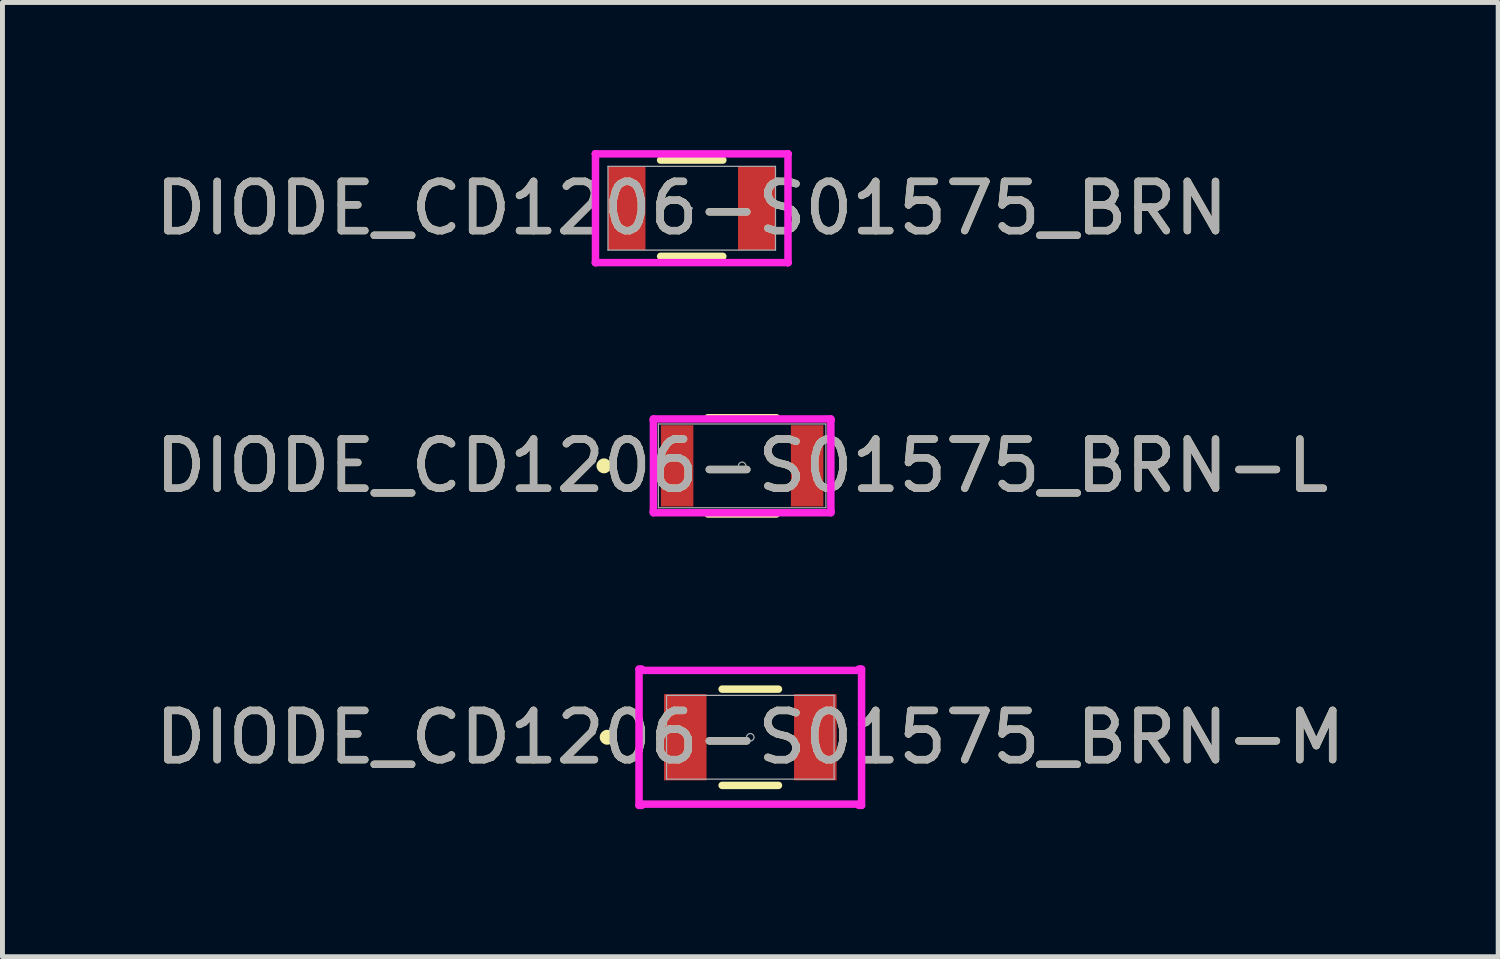
<source format=kicad_pcb>
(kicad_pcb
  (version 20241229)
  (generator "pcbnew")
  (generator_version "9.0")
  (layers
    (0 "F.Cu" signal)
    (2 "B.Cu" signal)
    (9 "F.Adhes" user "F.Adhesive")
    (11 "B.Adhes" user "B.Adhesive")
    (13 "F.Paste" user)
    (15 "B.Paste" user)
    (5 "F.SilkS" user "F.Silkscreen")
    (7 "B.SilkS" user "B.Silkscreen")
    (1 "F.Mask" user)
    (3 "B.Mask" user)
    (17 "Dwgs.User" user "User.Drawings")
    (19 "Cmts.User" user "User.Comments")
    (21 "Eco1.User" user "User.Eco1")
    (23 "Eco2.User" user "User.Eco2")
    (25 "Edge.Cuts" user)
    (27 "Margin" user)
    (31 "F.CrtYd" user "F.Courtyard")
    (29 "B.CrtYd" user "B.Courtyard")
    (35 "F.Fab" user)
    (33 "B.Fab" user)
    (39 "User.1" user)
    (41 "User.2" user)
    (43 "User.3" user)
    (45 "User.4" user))
  (footprint "DIODE_CD1206-S01575_BRN-L"
    (layer "F.Cu")
    (at 12.03 6.416)
    (property "Reference" "DIODE_CD1206-S01575_BRN-L" (at 0 0 0) (unlocked yes) (layer "F.SilkS") (effects (font (size 1 1) (thickness 0.15))))
    (attr smd)
    (fp_line (start -0.695 0.978) (end 0.695 0.978) (stroke (width 0.152) (type solid)) (layer "F.SilkS"))
    (fp_line (start 0.695 -0.978) (end -0.695 -0.978) (stroke (width 0.152) (type solid)) (layer "F.SilkS"))
    (fp_circle (center -2.807 0) (end -2.731 0) (stroke (width 0.152) (type solid)) (fill no) (layer "F.SilkS"))
    (fp_line (start -1.803 -0.953) (end 1.803 -0.953) (stroke (width 0.152) (type solid)) (layer "F.CrtYd"))
    (fp_line (start -1.803 -0.927) (end -1.803 -0.953) (stroke (width 0.152) (type solid)) (layer "F.CrtYd"))
    (fp_line (start -1.803 -0.927) (end -1.803 -0.927) (stroke (width 0.152) (type solid)) (layer "F.CrtYd"))
    (fp_line (start -1.803 0.927) (end -1.803 -0.927) (stroke (width 0.152) (type solid)) (layer "F.CrtYd"))
    (fp_line (start -1.803 0.927) (end -1.803 0.927) (stroke (width 0.152) (type solid)) (layer "F.CrtYd"))
    (fp_line (start -1.803 0.953) (end -1.803 0.927) (stroke (width 0.152) (type solid)) (layer "F.CrtYd"))
    (fp_line (start 1.803 -0.953) (end 1.803 -0.927) (stroke (width 0.152) (type solid)) (layer "F.CrtYd"))
    (fp_line (start 1.803 -0.927) (end 1.803 -0.927) (stroke (width 0.152) (type solid)) (layer "F.CrtYd"))
    (fp_line (start 1.803 -0.927) (end 1.803 0.927) (stroke (width 0.152) (type solid)) (layer "F.CrtYd"))
    (fp_line (start 1.803 0.927) (end 1.803 0.927) (stroke (width 0.152) (type solid)) (layer "F.CrtYd"))
    (fp_line (start 1.803 0.927) (end 1.803 0.953) (stroke (width 0.152) (type solid)) (layer "F.CrtYd"))
    (fp_line (start 1.803 0.953) (end -1.803 0.953) (stroke (width 0.152) (type solid)) (layer "F.CrtYd"))
    (fp_line (start -1.702 -0.851) (end -1.702 0.851) (stroke (width 0.025) (type solid)) (layer "F.Fab"))
    (fp_line (start -1.702 0.851) (end 1.702 0.851) (stroke (width 0.025) (type solid)) (layer "F.Fab"))
    (fp_line (start 1.702 -0.851) (end -1.702 -0.851) (stroke (width 0.025) (type solid)) (layer "F.Fab"))
    (fp_line (start 1.702 0.851) (end 1.702 -0.851) (stroke (width 0.025) (type solid)) (layer "F.Fab"))
    (fp_circle (center 0 0) (end 0.076 0) (stroke (width 0.025) (type solid)) (fill no) (layer "F.Fab"))
    (fp_text user "${REFERENCE}" (at 0 0 0) (unlocked yes) (layer "F.Fab") (effects (font (size 1 1) (thickness 0.15))))
    (pad "1" smd rect (at -1.321 0) (size 0.66 1.651) (layers "F.Cu" "F.Mask" "F.Paste"))
    (pad "2" smd rect (at 1.321 0) (size 0.66 1.651) (layers "F.Cu" "F.Mask" "F.Paste")))
  (footprint "DIODE_CD1206-S01575_BRN"
    (layer "F.Cu")
    (at 11.006 1.181)
    (property "Reference" "DIODE_CD1206-S01575_BRN" (at 0 0 0) (unlocked yes) (layer "F.SilkS") (effects (font (size 1 1) (thickness 0.15))))
    (attr smd)
    (fp_line (start -0.632 0.978) (end 0.632 0.978) (stroke (width 0.152) (type solid)) (layer "F.SilkS"))
    (fp_line (start 0.632 -0.978) (end -0.632 -0.978) (stroke (width 0.152) (type solid)) (layer "F.SilkS"))
    (fp_line (start -1.956 -1.105) (end -1.956 -1.105) (stroke (width 0.152) (type solid)) (layer "F.CrtYd"))
    (fp_line (start -1.956 -1.105) (end -1.956 -1.105) (stroke (width 0.152) (type solid)) (layer "F.CrtYd"))
    (fp_line (start -1.956 -1.105) (end 1.956 -1.105) (stroke (width 0.152) (type solid)) (layer "F.CrtYd"))
    (fp_line (start -1.956 1.105) (end -1.956 -1.105) (stroke (width 0.152) (type solid)) (layer "F.CrtYd"))
    (fp_line (start -1.956 1.105) (end -1.956 1.105) (stroke (width 0.152) (type solid)) (layer "F.CrtYd"))
    (fp_line (start -1.956 1.105) (end -1.956 1.105) (stroke (width 0.152) (type solid)) (layer "F.CrtYd"))
    (fp_line (start 1.956 -1.105) (end 1.956 -1.105) (stroke (width 0.152) (type solid)) (layer "F.CrtYd"))
    (fp_line (start 1.956 -1.105) (end 1.956 -1.105) (stroke (width 0.152) (type solid)) (layer "F.CrtYd"))
    (fp_line (start 1.956 -1.105) (end 1.956 1.105) (stroke (width 0.152) (type solid)) (layer "F.CrtYd"))
    (fp_line (start 1.956 1.105) (end -1.956 1.105) (stroke (width 0.152) (type solid)) (layer "F.CrtYd"))
    (fp_line (start 1.956 1.105) (end 1.956 1.105) (stroke (width 0.152) (type solid)) (layer "F.CrtYd"))
    (fp_line (start 1.956 1.105) (end 1.956 1.105) (stroke (width 0.152) (type solid)) (layer "F.CrtYd"))
    (fp_line (start -1.702 -0.851) (end -1.702 0.851) (stroke (width 0.025) (type solid)) (layer "F.Fab"))
    (fp_line (start -1.702 0.851) (end 1.702 0.851) (stroke (width 0.025) (type solid)) (layer "F.Fab"))
    (fp_line (start 1.702 -0.851) (end -1.702 -0.851) (stroke (width 0.025) (type solid)) (layer "F.Fab"))
    (fp_line (start 1.702 0.851) (end 1.702 -0.851) (stroke (width 0.025) (type solid)) (layer "F.Fab"))
    (fp_circle (center 0 0) (end 0 0) (stroke (width 0.025) (type solid)) (fill no) (layer "F.Fab"))
    (fp_text user "${REFERENCE}" (at 0 0 0) (unlocked yes) (layer "F.Fab") (effects (font (size 1 1) (thickness 0.15))))
    (pad "1" smd rect (at -1.321 0) (size 0.762 1.702) (layers "F.Cu" "F.Mask" "F.Paste"))
    (pad "2" smd rect (at 1.321 0) (size 0.762 1.702) (layers "F.Cu" "F.Mask" "F.Paste")))
  (footprint "DIODE_CD1206-S01575_BRN-M"
    (layer "F.Cu")
    (at 12.196 11.931)
    (property "Reference" "DIODE_CD1206-S01575_BRN-M" (at 0 0 0) (unlocked yes) (layer "F.SilkS") (effects (font (size 1 1) (thickness 0.15))))
    (attr smd)
    (fp_line (start -0.572 0.978) (end 0.572 0.978) (stroke (width 0.152) (type solid)) (layer "F.SilkS"))
    (fp_line (start 0.572 -0.978) (end -0.572 -0.978) (stroke (width 0.152) (type solid)) (layer "F.SilkS"))
    (fp_circle (center -2.908 0) (end -2.832 0) (stroke (width 0.152) (type solid)) (fill no) (layer "F.SilkS"))
    (fp_line (start -2.261 -1.384) (end -2.21 -1.384) (stroke (width 0.152) (type solid)) (layer "F.CrtYd"))
    (fp_line (start -2.261 1.384) (end -2.261 -1.384) (stroke (width 0.152) (type solid)) (layer "F.CrtYd"))
    (fp_line (start -2.261 1.384) (end -2.21 1.384) (stroke (width 0.152) (type solid)) (layer "F.CrtYd"))
    (fp_line (start -2.21 -1.384) (end -2.21 -1.359) (stroke (width 0.152) (type solid)) (layer "F.CrtYd"))
    (fp_line (start -2.21 -1.359) (end 2.21 -1.359) (stroke (width 0.152) (type solid)) (layer "F.CrtYd"))
    (fp_line (start -2.21 1.359) (end -2.21 1.384) (stroke (width 0.152) (type solid)) (layer "F.CrtYd"))
    (fp_line (start 2.21 -1.359) (end 2.21 -1.384) (stroke (width 0.152) (type solid)) (layer "F.CrtYd"))
    (fp_line (start 2.21 1.359) (end -2.21 1.359) (stroke (width 0.152) (type solid)) (layer "F.CrtYd"))
    (fp_line (start 2.21 1.384) (end 2.21 1.359) (stroke (width 0.152) (type solid)) (layer "F.CrtYd"))
    (fp_line (start 2.261 -1.384) (end 2.21 -1.384) (stroke (width 0.152) (type solid)) (layer "F.CrtYd"))
    (fp_line (start 2.261 -1.384) (end 2.261 1.384) (stroke (width 0.152) (type solid)) (layer "F.CrtYd"))
    (fp_line (start 2.261 1.384) (end 2.21 1.384) (stroke (width 0.152) (type solid)) (layer "F.CrtYd"))
    (fp_line (start -1.702 -0.851) (end -1.702 0.851) (stroke (width 0.025) (type solid)) (layer "F.Fab"))
    (fp_line (start -1.702 0.851) (end 1.702 0.851) (stroke (width 0.025) (type solid)) (layer "F.Fab"))
    (fp_line (start 1.702 -0.851) (end -1.702 -0.851) (stroke (width 0.025) (type solid)) (layer "F.Fab"))
    (fp_line (start 1.702 0.851) (end 1.702 -0.851) (stroke (width 0.025) (type solid)) (layer "F.Fab"))
    (fp_circle (center 0 0) (end 0.076 0) (stroke (width 0.025) (type solid)) (fill no) (layer "F.Fab"))
    (fp_text user "${REFERENCE}" (at 0 0 0) (unlocked yes) (layer "F.Fab") (effects (font (size 1 1) (thickness 0.15))))
    (pad "1" smd rect (at -1.321 0) (size 0.864 1.753) (layers "F.Cu" "F.Mask" "F.Paste"))
    (pad "2" smd rect (at 1.321 0) (size 0.864 1.753) (layers "F.Cu" "F.Mask" "F.Paste")))
  (gr_rect
    (start -3 -3)
    (end 27.393 16.391)
    (stroke (width 0.1) (type default))
    (fill no)
    (layer "Edge.Cuts")))
</source>
